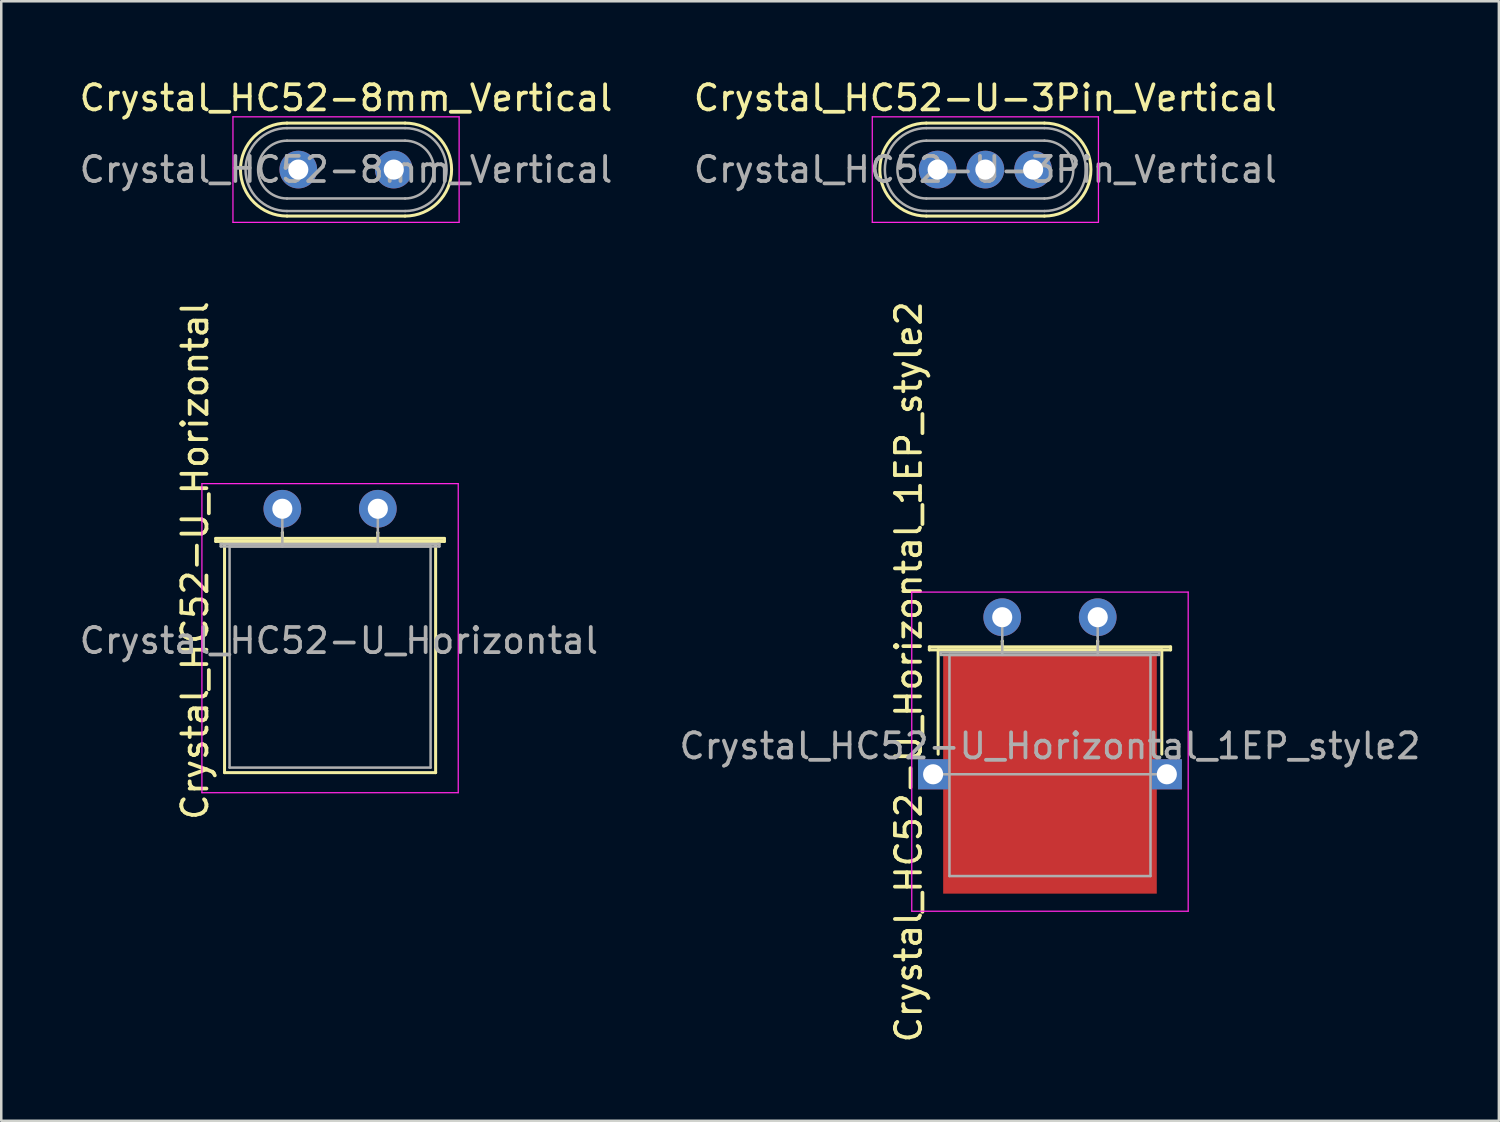
<source format=kicad_pcb>
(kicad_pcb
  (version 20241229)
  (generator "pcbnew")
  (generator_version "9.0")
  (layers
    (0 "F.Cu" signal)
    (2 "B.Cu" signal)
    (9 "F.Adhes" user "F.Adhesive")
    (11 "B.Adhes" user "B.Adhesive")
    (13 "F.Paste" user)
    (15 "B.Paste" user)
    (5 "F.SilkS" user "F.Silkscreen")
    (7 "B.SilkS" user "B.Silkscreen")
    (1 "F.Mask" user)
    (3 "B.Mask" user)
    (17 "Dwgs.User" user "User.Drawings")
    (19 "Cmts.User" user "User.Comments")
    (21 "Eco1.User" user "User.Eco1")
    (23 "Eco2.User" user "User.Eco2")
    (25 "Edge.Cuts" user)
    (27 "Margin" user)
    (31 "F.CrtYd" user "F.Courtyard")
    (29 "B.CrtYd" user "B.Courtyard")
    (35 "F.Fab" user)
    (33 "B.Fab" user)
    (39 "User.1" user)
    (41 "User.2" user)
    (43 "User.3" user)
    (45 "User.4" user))
  (footprint "Crystal_HC52-U_Horizontal"
    (layer "F.Cu")
    (at 8.185 17.195)
    (property "Reference" "Crystal_HC52-U_Horizontal" (at -3.475 2.062 90) (layer "F.SilkS") (effects (font (size 1 1) (thickness 0.15))))
    (attr through_hole)
    (fp_line (start -2.65 1.18) (end 6.45 1.18) (stroke (width 0.12) (type solid)) (layer "F.SilkS"))
    (fp_line (start -2.65 1.3) (end -2.65 1.18) (stroke (width 0.12) (type solid)) (layer "F.SilkS"))
    (fp_line (start -2.3 1.3) (end -2.3 10.5) (stroke (width 0.12) (type solid)) (layer "F.SilkS"))
    (fp_line (start -2.3 10.5) (end 6.1 10.5) (stroke (width 0.12) (type solid)) (layer "F.SilkS"))
    (fp_line (start 0 0.95) (end 0 0.95) (stroke (width 0.12) (type solid)) (layer "F.SilkS"))
    (fp_line (start 0 1.3) (end 0 0.95) (stroke (width 0.12) (type solid)) (layer "F.SilkS"))
    (fp_line (start 3.8 0.95) (end 3.8 0.95) (stroke (width 0.12) (type solid)) (layer "F.SilkS"))
    (fp_line (start 3.8 1.3) (end 3.8 0.95) (stroke (width 0.12) (type solid)) (layer "F.SilkS"))
    (fp_line (start 6.1 1.3) (end -2.3 1.3) (stroke (width 0.12) (type solid)) (layer "F.SilkS"))
    (fp_line (start 6.1 10.5) (end 6.1 1.3) (stroke (width 0.12) (type solid)) (layer "F.SilkS"))
    (fp_line (start 6.45 1.18) (end 6.45 1.3) (stroke (width 0.12) (type solid)) (layer "F.SilkS"))
    (fp_line (start 6.45 1.3) (end -2.65 1.3) (stroke (width 0.12) (type solid)) (layer "F.SilkS"))
    (fp_line (start -3.2 -1) (end -3.2 11.3) (stroke (width 0.05) (type solid)) (layer "F.CrtYd"))
    (fp_line (start -3.2 11.3) (end 7 11.3) (stroke (width 0.05) (type solid)) (layer "F.CrtYd"))
    (fp_line (start 7 -1) (end -3.2 -1) (stroke (width 0.05) (type solid)) (layer "F.CrtYd"))
    (fp_line (start 7 11.3) (end 7 -1) (stroke (width 0.05) (type solid)) (layer "F.CrtYd"))
    (fp_line (start -2.45 1.4) (end 6.25 1.4) (stroke (width 0.1) (type solid)) (layer "F.Fab"))
    (fp_line (start -2.45 1.5) (end -2.45 1.4) (stroke (width 0.1) (type solid)) (layer "F.Fab"))
    (fp_line (start -2.1 1.5) (end -2.1 10.3) (stroke (width 0.1) (type solid)) (layer "F.Fab"))
    (fp_line (start -2.1 10.3) (end 5.9 10.3) (stroke (width 0.1) (type solid)) (layer "F.Fab"))
    (fp_line (start 0 0.75) (end 0 0) (stroke (width 0.1) (type solid)) (layer "F.Fab"))
    (fp_line (start 0 1.5) (end 0 0.75) (stroke (width 0.1) (type solid)) (layer "F.Fab"))
    (fp_line (start 3.8 0.75) (end 3.8 0) (stroke (width 0.1) (type solid)) (layer "F.Fab"))
    (fp_line (start 3.8 1.5) (end 3.8 0.75) (stroke (width 0.1) (type solid)) (layer "F.Fab"))
    (fp_line (start 5.9 1.5) (end -2.1 1.5) (stroke (width 0.1) (type solid)) (layer "F.Fab"))
    (fp_line (start 5.9 10.3) (end 5.9 1.5) (stroke (width 0.1) (type solid)) (layer "F.Fab"))
    (fp_line (start 6.25 1.4) (end 6.25 1.5) (stroke (width 0.1) (type solid)) (layer "F.Fab"))
    (fp_line (start 6.25 1.5) (end -2.45 1.5) (stroke (width 0.1) (type solid)) (layer "F.Fab"))
    (fp_text user "${REFERENCE}" (at 2.25 5.25 0) (layer "F.Fab") (effects (font (size 1 1) (thickness 0.15))))
    (pad "1" thru_hole circle (at 0 0) (size 1.5 1.5) (drill 0.8) (layers "*.Cu" "*.Mask"))
    (pad "2" thru_hole circle (at 3.8 0) (size 1.5 1.5) (drill 0.8) (layers "*.Cu" "*.Mask")))
  (footprint "Crystal_HC52-8mm_Vertical"
    (layer "F.Cu")
    (at 8.82 3.698)
    (property "Reference" "Crystal_HC52-8mm_Vertical" (at 1.9 -2.85 0) (layer "F.SilkS") (effects (font (size 1 1) (thickness 0.15))))
    (attr through_hole)
    (fp_line (start -0.45 -1.85) (end 4.25 -1.85) (stroke (width 0.12) (type solid)) (layer "F.SilkS"))
    (fp_line (start -0.45 1.85) (end 4.25 1.85) (stroke (width 0.12) (type solid)) (layer "F.SilkS"))
    (fp_arc (start -0.45 1.85) (mid -2.3 0) (end -0.45 -1.85) (stroke (width 0.12) (type solid)) (layer "F.SilkS"))
    (fp_arc (start 4.25 -1.85) (mid 6.1 0) (end 4.25 1.85) (stroke (width 0.12) (type solid)) (layer "F.SilkS"))
    (fp_line (start -2.6 -2.1) (end -2.6 2.1) (stroke (width 0.05) (type solid)) (layer "F.CrtYd"))
    (fp_line (start -2.6 2.1) (end 6.4 2.1) (stroke (width 0.05) (type solid)) (layer "F.CrtYd"))
    (fp_line (start 6.4 -2.1) (end -2.6 -2.1) (stroke (width 0.05) (type solid)) (layer "F.CrtYd"))
    (fp_line (start 6.4 2.1) (end 6.4 -2.1) (stroke (width 0.05) (type solid)) (layer "F.CrtYd"))
    (fp_line (start -0.45 -1.65) (end 4.25 -1.65) (stroke (width 0.1) (type solid)) (layer "F.Fab"))
    (fp_line (start -0.45 -1.15) (end 4.25 -1.15) (stroke (width 0.1) (type solid)) (layer "F.Fab"))
    (fp_line (start -0.45 1.15) (end 4.25 1.15) (stroke (width 0.1) (type solid)) (layer "F.Fab"))
    (fp_line (start -0.45 1.65) (end 4.25 1.65) (stroke (width 0.1) (type solid)) (layer "F.Fab"))
    (fp_arc (start -0.45 1.15) (mid -1.6 0) (end -0.45 -1.15) (stroke (width 0.1) (type solid)) (layer "F.Fab"))
    (fp_arc (start -0.45 1.65) (mid -2.1 0) (end -0.45 -1.65) (stroke (width 0.1) (type solid)) (layer "F.Fab"))
    (fp_arc (start 4.25 -1.65) (mid 5.9 0) (end 4.25 1.65) (stroke (width 0.1) (type solid)) (layer "F.Fab"))
    (fp_arc (start 4.25 -1.15) (mid 5.4 0) (end 4.25 1.15) (stroke (width 0.1) (type solid)) (layer "F.Fab"))
    (fp_text user "${REFERENCE}" (at 1.9 0 0) (layer "F.Fab") (effects (font (size 1 1) (thickness 0.15))))
    (pad "1" thru_hole circle (at 0 0) (size 1.5 1.5) (drill 0.8) (layers "*.Cu" "*.Mask"))
    (pad "2" thru_hole circle (at 3.8 0) (size 1.5 1.5) (drill 0.8) (layers "*.Cu" "*.Mask")))
  (footprint "Crystal_HC52-U-3Pin_Vertical"
    (layer "F.Cu")
    (at 34.261 3.698)
    (property "Reference" "Crystal_HC52-U-3Pin_Vertical" (at 1.9 -2.85 0) (layer "F.SilkS") (effects (font (size 1 1) (thickness 0.15))))
    (attr through_hole)
    (fp_line (start -0.45 -1.85) (end 4.25 -1.85) (stroke (width 0.12) (type solid)) (layer "F.SilkS"))
    (fp_line (start -0.45 1.85) (end 4.25 1.85) (stroke (width 0.12) (type solid)) (layer "F.SilkS"))
    (fp_arc (start -0.45 1.85) (mid -2.3 0) (end -0.45 -1.85) (stroke (width 0.12) (type solid)) (layer "F.SilkS"))
    (fp_arc (start 4.25 -1.85) (mid 6.1 0) (end 4.25 1.85) (stroke (width 0.12) (type solid)) (layer "F.SilkS"))
    (fp_line (start -2.6 -2.1) (end -2.6 2.1) (stroke (width 0.05) (type solid)) (layer "F.CrtYd"))
    (fp_line (start -2.6 2.1) (end 6.4 2.1) (stroke (width 0.05) (type solid)) (layer "F.CrtYd"))
    (fp_line (start 6.4 -2.1) (end -2.6 -2.1) (stroke (width 0.05) (type solid)) (layer "F.CrtYd"))
    (fp_line (start 6.4 2.1) (end 6.4 -2.1) (stroke (width 0.05) (type solid)) (layer "F.CrtYd"))
    (fp_line (start -0.45 -1.65) (end 4.25 -1.65) (stroke (width 0.1) (type solid)) (layer "F.Fab"))
    (fp_line (start -0.45 -1.15) (end 4.25 -1.15) (stroke (width 0.1) (type solid)) (layer "F.Fab"))
    (fp_line (start -0.45 1.15) (end 4.25 1.15) (stroke (width 0.1) (type solid)) (layer "F.Fab"))
    (fp_line (start -0.45 1.65) (end 4.25 1.65) (stroke (width 0.1) (type solid)) (layer "F.Fab"))
    (fp_arc (start -0.45 1.15) (mid -1.6 0) (end -0.45 -1.15) (stroke (width 0.1) (type solid)) (layer "F.Fab"))
    (fp_arc (start -0.45 1.65) (mid -2.1 0) (end -0.45 -1.65) (stroke (width 0.1) (type solid)) (layer "F.Fab"))
    (fp_arc (start 4.25 -1.65) (mid 5.9 0) (end 4.25 1.65) (stroke (width 0.1) (type solid)) (layer "F.Fab"))
    (fp_arc (start 4.25 -1.15) (mid 5.4 0) (end 4.25 1.15) (stroke (width 0.1) (type solid)) (layer "F.Fab"))
    (fp_text user "${REFERENCE}" (at 1.9 0 0) (layer "F.Fab") (effects (font (size 1 1) (thickness 0.15))))
    (pad "1" thru_hole circle (at 0 0) (size 1.5 1.5) (drill 0.8) (layers "*.Cu" "*.Mask"))
    (pad "2" thru_hole circle (at 1.9 0) (size 1.5 1.5) (drill 0.8) (layers "*.Cu" "*.Mask"))
    (pad "3" thru_hole circle (at 3.8 0) (size 1.5 1.5) (drill 0.8) (layers "*.Cu" "*.Mask")))
  (footprint "Crystal_HC52-U_Horizontal_1EP_style2"
    (layer "F.Cu")
    (at 36.832 21.511)
    (property "Reference" "Crystal_HC52-U_Horizontal_1EP_style2" (at -3.725 2.175 90) (layer "F.SilkS") (effects (font (size 1 1) (thickness 0.15))))
    (attr through_hole)
    (fp_line (start -2.9 1.18) (end 6.7 1.18) (stroke (width 0.12) (type solid)) (layer "F.SilkS"))
    (fp_line (start -2.9 1.3) (end -2.9 1.18) (stroke (width 0.12) (type solid)) (layer "F.SilkS"))
    (fp_line (start -2.55 1.3) (end 6.35 1.3) (stroke (width 0.12) (type solid)) (layer "F.SilkS"))
    (fp_line (start -2.55 5.45) (end -2.55 1.3) (stroke (width 0.12) (type solid)) (layer "F.SilkS"))
    (fp_line (start 0 0.95) (end 0 0.95) (stroke (width 0.12) (type solid)) (layer "F.SilkS"))
    (fp_line (start 0 1.3) (end 0 0.95) (stroke (width 0.12) (type solid)) (layer "F.SilkS"))
    (fp_line (start 3.8 0.95) (end 3.8 0.95) (stroke (width 0.12) (type solid)) (layer "F.SilkS"))
    (fp_line (start 3.8 1.3) (end 3.8 0.95) (stroke (width 0.12) (type solid)) (layer "F.SilkS"))
    (fp_line (start 6.35 1.3) (end 6.35 5.45) (stroke (width 0.12) (type solid)) (layer "F.SilkS"))
    (fp_line (start 6.7 1.18) (end 6.7 1.3) (stroke (width 0.12) (type solid)) (layer "F.SilkS"))
    (fp_line (start 6.7 1.3) (end -2.9 1.3) (stroke (width 0.12) (type solid)) (layer "F.SilkS"))
    (fp_line (start -3.6 -1) (end -3.6 11.7) (stroke (width 0.05) (type solid)) (layer "F.CrtYd"))
    (fp_line (start -3.6 11.7) (end 7.4 11.7) (stroke (width 0.05) (type solid)) (layer "F.CrtYd"))
    (fp_line (start 7.4 -1) (end -3.6 -1) (stroke (width 0.05) (type solid)) (layer "F.CrtYd"))
    (fp_line (start 7.4 11.7) (end 7.4 -1) (stroke (width 0.05) (type solid)) (layer "F.CrtYd"))
    (fp_line (start -2.75 6.25) (end 6.55 6.25) (stroke (width 0.1) (type solid)) (layer "F.Fab"))
    (fp_line (start -2.45 1.4) (end 6.25 1.4) (stroke (width 0.1) (type solid)) (layer "F.Fab"))
    (fp_line (start -2.45 1.5) (end -2.45 1.4) (stroke (width 0.1) (type solid)) (layer "F.Fab"))
    (fp_line (start -2.1 1.5) (end -2.1 10.3) (stroke (width 0.1) (type solid)) (layer "F.Fab"))
    (fp_line (start -2.1 10.3) (end 5.9 10.3) (stroke (width 0.1) (type solid)) (layer "F.Fab"))
    (fp_line (start 0 0.75) (end 0 0) (stroke (width 0.1) (type solid)) (layer "F.Fab"))
    (fp_line (start 0 1.5) (end 0 0.75) (stroke (width 0.1) (type solid)) (layer "F.Fab"))
    (fp_line (start 3.8 0.75) (end 3.8 0) (stroke (width 0.1) (type solid)) (layer "F.Fab"))
    (fp_line (start 3.8 1.5) (end 3.8 0.75) (stroke (width 0.1) (type solid)) (layer "F.Fab"))
    (fp_line (start 5.9 1.5) (end -2.1 1.5) (stroke (width 0.1) (type solid)) (layer "F.Fab"))
    (fp_line (start 5.9 10.3) (end 5.9 1.5) (stroke (width 0.1) (type solid)) (layer "F.Fab"))
    (fp_line (start 6.25 1.4) (end 6.25 1.5) (stroke (width 0.1) (type solid)) (layer "F.Fab"))
    (fp_line (start 6.25 1.5) (end -2.45 1.5) (stroke (width 0.1) (type solid)) (layer "F.Fab"))
    (fp_text user "${REFERENCE}" (at 1.9 5.125 0) (layer "F.Fab") (effects (font (size 1 1) (thickness 0.15))))
    (pad "1" thru_hole circle (at 0 0) (size 1.5 1.5) (drill 0.8) (layers "*.Cu" "*.Mask"))
    (pad "2" thru_hole circle (at 3.8 0) (size 1.5 1.5) (drill 0.8) (layers "*.Cu" "*.Mask"))
    (pad "3" thru_hole rect (at -2.75 6.25) (size 1.2 1.2) (drill 0.8) (layers "*.Cu" "*.Mask"))
    (pad "3" smd rect (at 1.9 6.25) (size 8.5 9.5) (layers "F.Cu" "F.Mask" "F.Paste"))
    (pad "3" thru_hole rect (at 6.55 6.25) (size 1.2 1.2) (drill 0.8) (layers "*.Cu" "*.Mask")))
  (gr_rect
    (start -3 -3)
    (end 56.595 41.549)
    (stroke (width 0.1) (type default))
    (fill no)
    (layer "Edge.Cuts")))
</source>
